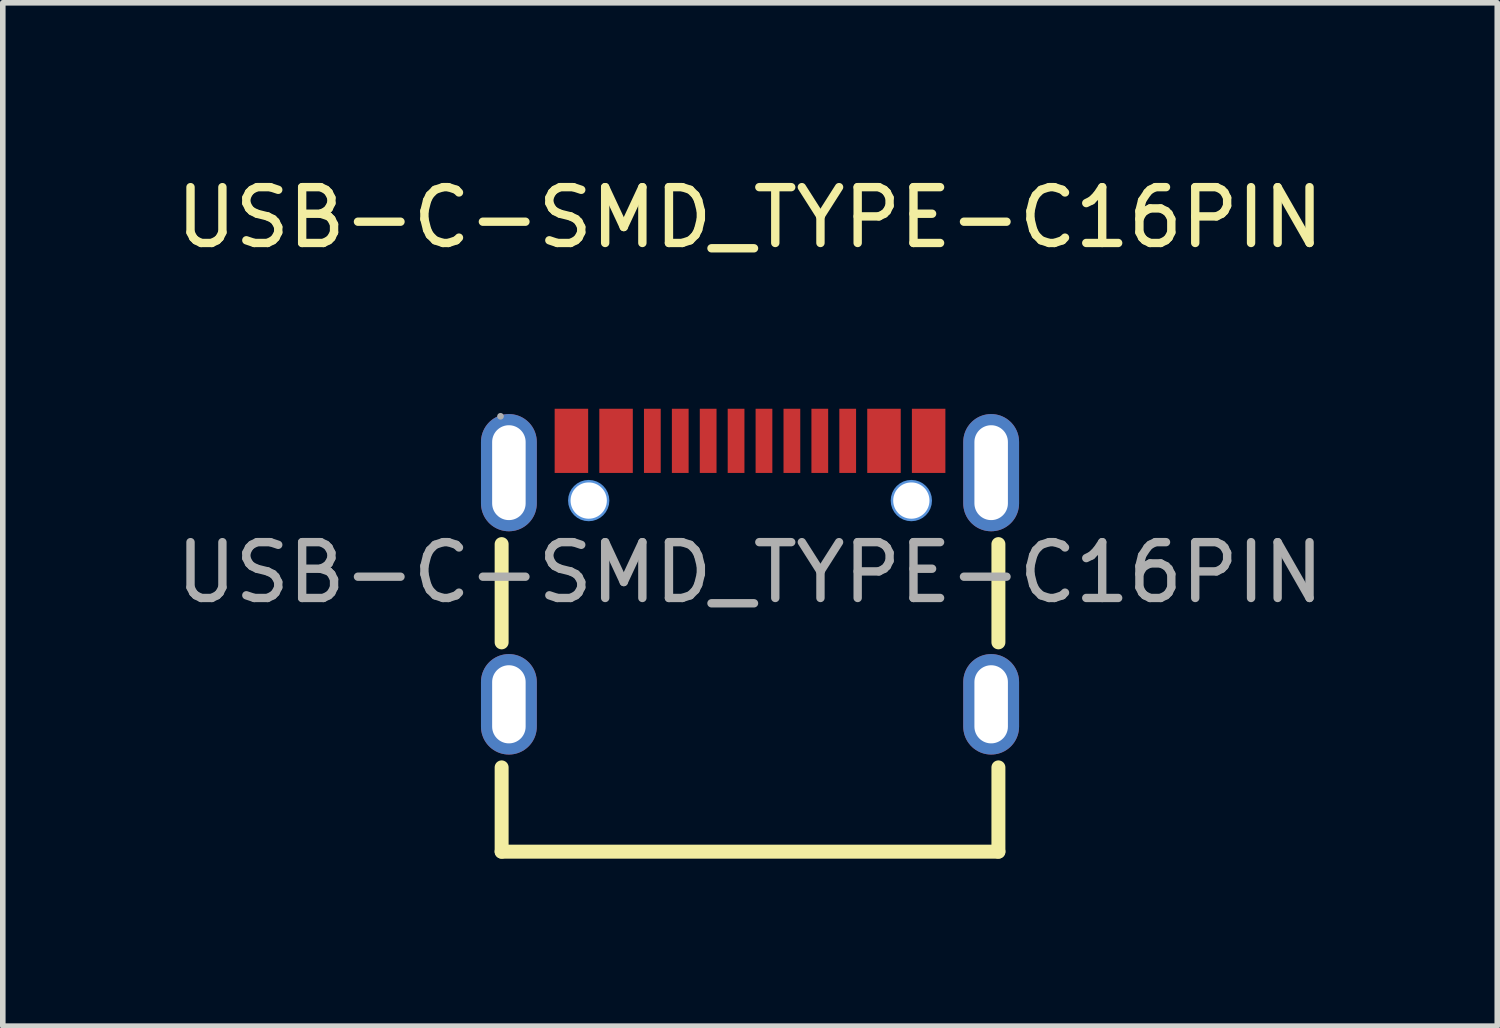
<source format=kicad_pcb>
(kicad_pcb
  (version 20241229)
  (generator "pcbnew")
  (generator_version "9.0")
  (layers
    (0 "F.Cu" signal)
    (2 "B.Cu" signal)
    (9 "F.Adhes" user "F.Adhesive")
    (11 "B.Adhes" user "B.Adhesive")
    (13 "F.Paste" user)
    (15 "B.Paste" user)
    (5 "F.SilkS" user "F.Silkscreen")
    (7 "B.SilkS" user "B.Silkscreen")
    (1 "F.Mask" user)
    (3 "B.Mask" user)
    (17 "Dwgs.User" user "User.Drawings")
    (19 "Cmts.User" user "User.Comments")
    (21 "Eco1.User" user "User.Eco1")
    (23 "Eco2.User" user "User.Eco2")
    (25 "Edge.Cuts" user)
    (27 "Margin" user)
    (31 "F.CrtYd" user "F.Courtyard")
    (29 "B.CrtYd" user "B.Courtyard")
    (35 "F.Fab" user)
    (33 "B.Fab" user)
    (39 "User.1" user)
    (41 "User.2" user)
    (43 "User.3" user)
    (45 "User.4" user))
  (footprint "USB-C-SMD_TYPE-C16PIN"
    (layer "F.Cu")
    (at 10.387 7.208)
    (property "Reference" "USB-C-SMD_TYPE-C16PIN" (at 0 -6.36 0) (layer "F.SilkS") (effects (font (size 1 1) (thickness 0.15))))
    (attr smd)
    (fp_line (start -4.45 -0.51) (end -4.45 1.25) (stroke (width 0.25) (type solid)) (layer "F.SilkS"))
    (fp_line (start -4.45 3.49) (end -4.45 5) (stroke (width 0.25) (type solid)) (layer "F.SilkS"))
    (fp_line (start -4.45 5) (end 4.45 5) (stroke (width 0.25) (type solid)) (layer "F.SilkS"))
    (fp_line (start 4.45 1.25) (end 4.45 -0.51) (stroke (width 0.25) (type solid)) (layer "F.SilkS"))
    (fp_line (start 4.45 5) (end 4.45 3.49) (stroke (width 0.25) (type solid)) (layer "F.SilkS"))
    (fp_circle (center -2.89 -1.29) (end -2.77 -1.29) (stroke (width 0.25) (type solid)) (fill no) (layer "Cmts.User"))
    (fp_circle (center 2.89 -1.29) (end 3.01 -1.29) (stroke (width 0.25) (type solid)) (fill no) (layer "Cmts.User"))
    (fp_circle (center -4.47 -2.8) (end -4.44 -2.8) (stroke (width 0.06) (type solid)) (fill no) (layer "F.Fab"))
    (fp_text user "${REFERENCE}" (at 0 0 0) (layer "F.Fab") (effects (font (size 1 1) (thickness 0.15))))
    (pad "" thru_hole circle (at -2.89 -1.29) (size 0.65 0.65) (drill 0.65) (layers "*.Cu" "*.Mask"))
    (pad "" thru_hole circle (at 2.89 -1.29) (size 0.65 0.65) (drill 0.65) (layers "*.Cu" "*.Mask"))
    (pad "1" thru_hole oval (at -4.32 -1.79) (size 1 2.1) (drill oval 0.6 1.7) (layers "*.Cu" "*.Mask"))
    (pad "2" thru_hole oval (at 4.32 -1.79) (size 1 2.1) (drill oval 0.6 1.7) (layers "*.Cu" "*.Mask"))
    (pad "3" thru_hole oval (at -4.32 2.36) (size 1 1.8) (drill oval 0.6 1.4) (layers "*.Cu" "*.Mask"))
    (pad "4" thru_hole oval (at 4.32 2.36) (size 1 1.8) (drill oval 0.6 1.4) (layers "*.Cu" "*.Mask"))
    (pad "A1B12" smd rect (at -3.2 -2.36) (size 0.6 1.15) (layers "F.Cu" "F.Mask" "F.Paste"))
    (pad "A4B9" smd rect (at -2.4 -2.36) (size 0.6 1.15) (layers "F.Cu" "F.Mask" "F.Paste"))
    (pad "A5" smd rect (at -1.25 -2.36) (size 0.3 1.15) (layers "F.Cu" "F.Mask" "F.Paste"))
    (pad "A6" smd rect (at -0.25 -2.36) (size 0.3 1.15) (layers "F.Cu" "F.Mask" "F.Paste"))
    (pad "A7" smd rect (at 0.25 -2.36) (size 0.3 1.15) (layers "F.Cu" "F.Mask" "F.Paste"))
    (pad "A8" smd rect (at 1.25 -2.36) (size 0.3 1.15) (layers "F.Cu" "F.Mask" "F.Paste"))
    (pad "B1A12" smd rect (at 3.2 -2.36) (size 0.6 1.15) (layers "F.Cu" "F.Mask" "F.Paste"))
    (pad "B4A9" smd rect (at 2.4 -2.36) (size 0.6 1.15) (layers "F.Cu" "F.Mask" "F.Paste"))
    (pad "B5" smd rect (at 1.75 -2.36) (size 0.3 1.15) (layers "F.Cu" "F.Mask" "F.Paste"))
    (pad "B6" smd rect (at 0.75 -2.36) (size 0.3 1.15) (layers "F.Cu" "F.Mask" "F.Paste"))
    (pad "B7" smd rect (at -0.75 -2.36) (size 0.3 1.15) (layers "F.Cu" "F.Mask" "F.Paste"))
    (pad "B8" smd rect (at -1.75 -2.36) (size 0.3 1.15) (layers "F.Cu" "F.Mask" "F.Paste")))
  (gr_rect
    (start -3 -3)
    (end 23.774 15.333)
    (stroke (width 0.1) (type default))
    (fill no)
    (layer "Edge.Cuts")))
</source>
